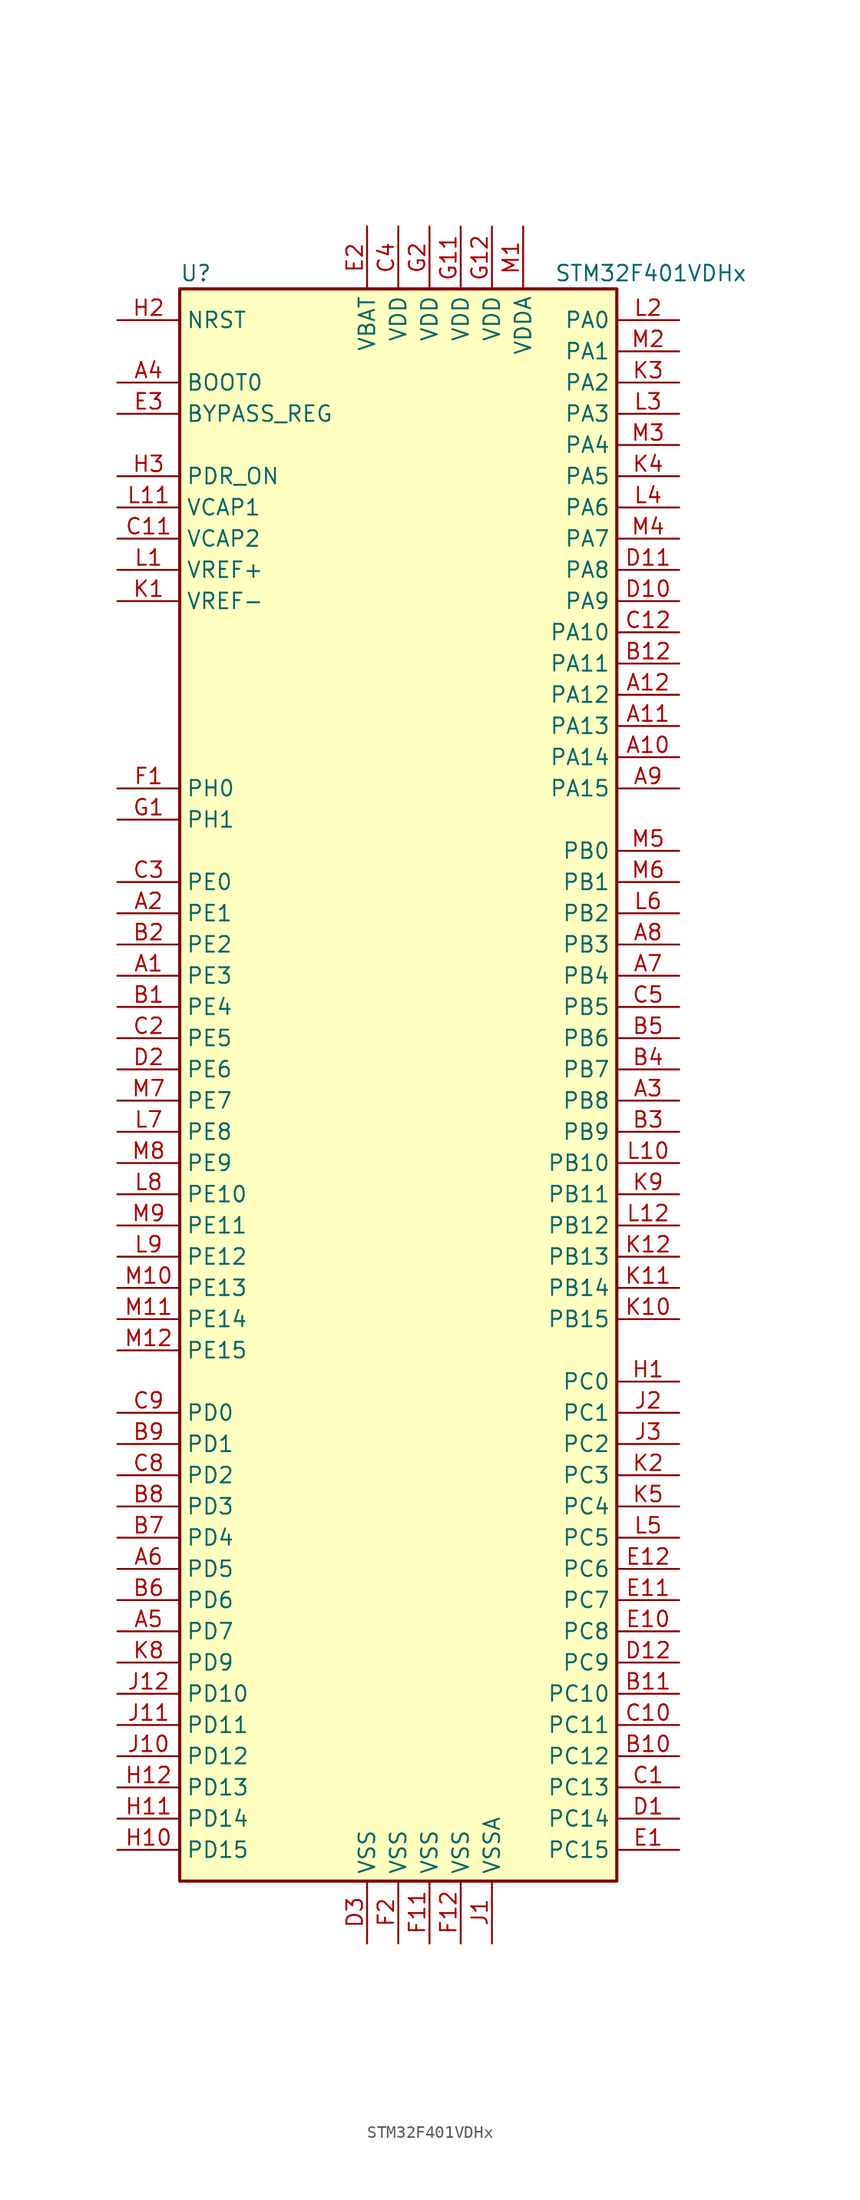
<source format=kicad_sym>
(kicad_symbol_lib
  (version 20201005)
  (generator kicad_symbol_editor)
  (symbol "MCU_ST_STM32F4:STM32F401VDHx"
    (property "Reference" "U"
      (at -17.78 64.77 0)
      (effects (font (size 1.27 1.27)) (justify left)))
    (property "Value" "STM32F401VDHx"
      (at 12.7 64.77 0)
      (effects (font (size 1.27 1.27)) (justify left)))
    (symbol "STM32F401VDHx_0_1"
      (rectangle (start -17.78 -66.04) (end 17.78 63.5) (stroke (width 0.254)) (fill (type background))))
    (symbol "STM32F401VDHx_1_1"
      (pin input line (at -22.86 55.88 0) (length 5.08) (name "BOOT0" (effects (font (size 1.27 1.27)))) (number "A4" (effects (font (size 1.27 1.27)))))
      (pin input line (at -22.86 53.34 0) (length 5.08) (name "BYPASS_REG" (effects (font (size 1.27 1.27)))) (number "E3" (effects (font (size 1.27 1.27)))))
      (pin input line (at -22.86 60.96 0) (length 5.08) (name "NRST" (effects (font (size 1.27 1.27)))) (number "H2" (effects (font (size 1.27 1.27)))))
      (pin bidirectional line (at 22.86 60.96 180) (length 5.08) (name "PA0" (effects (font (size 1.27 1.27)))) (number "L2" (effects (font (size 1.27 1.27)))))
      (pin bidirectional line (at 22.86 58.42 180) (length 5.08) (name "PA1" (effects (font (size 1.27 1.27)))) (number "M2" (effects (font (size 1.27 1.27)))))
      (pin bidirectional line (at 22.86 35.56 180) (length 5.08) (name "PA10" (effects (font (size 1.27 1.27)))) (number "C12" (effects (font (size 1.27 1.27)))))
      (pin bidirectional line (at 22.86 33.02 180) (length 5.08) (name "PA11" (effects (font (size 1.27 1.27)))) (number "B12" (effects (font (size 1.27 1.27)))))
      (pin bidirectional line (at 22.86 30.48 180) (length 5.08) (name "PA12" (effects (font (size 1.27 1.27)))) (number "A12" (effects (font (size 1.27 1.27)))))
      (pin bidirectional line (at 22.86 27.94 180) (length 5.08) (name "PA13" (effects (font (size 1.27 1.27)))) (number "A11" (effects (font (size 1.27 1.27)))))
      (pin bidirectional line (at 22.86 25.4 180) (length 5.08) (name "PA14" (effects (font (size 1.27 1.27)))) (number "A10" (effects (font (size 1.27 1.27)))))
      (pin bidirectional line (at 22.86 22.86 180) (length 5.08) (name "PA15" (effects (font (size 1.27 1.27)))) (number "A9" (effects (font (size 1.27 1.27)))))
      (pin bidirectional line (at 22.86 55.88 180) (length 5.08) (name "PA2" (effects (font (size 1.27 1.27)))) (number "K3" (effects (font (size 1.27 1.27)))))
      (pin bidirectional line (at 22.86 53.34 180) (length 5.08) (name "PA3" (effects (font (size 1.27 1.27)))) (number "L3" (effects (font (size 1.27 1.27)))))
      (pin bidirectional line (at 22.86 50.8 180) (length 5.08) (name "PA4" (effects (font (size 1.27 1.27)))) (number "M3" (effects (font (size 1.27 1.27)))))
      (pin bidirectional line (at 22.86 48.26 180) (length 5.08) (name "PA5" (effects (font (size 1.27 1.27)))) (number "K4" (effects (font (size 1.27 1.27)))))
      (pin bidirectional line (at 22.86 45.72 180) (length 5.08) (name "PA6" (effects (font (size 1.27 1.27)))) (number "L4" (effects (font (size 1.27 1.27)))))
      (pin bidirectional line (at 22.86 43.18 180) (length 5.08) (name "PA7" (effects (font (size 1.27 1.27)))) (number "M4" (effects (font (size 1.27 1.27)))))
      (pin bidirectional line (at 22.86 40.64 180) (length 5.08) (name "PA8" (effects (font (size 1.27 1.27)))) (number "D11" (effects (font (size 1.27 1.27)))))
      (pin bidirectional line (at 22.86 38.1 180) (length 5.08) (name "PA9" (effects (font (size 1.27 1.27)))) (number "D10" (effects (font (size 1.27 1.27)))))
      (pin bidirectional line (at 22.86 17.78 180) (length 5.08) (name "PB0" (effects (font (size 1.27 1.27)))) (number "M5" (effects (font (size 1.27 1.27)))))
      (pin bidirectional line (at 22.86 15.24 180) (length 5.08) (name "PB1" (effects (font (size 1.27 1.27)))) (number "M6" (effects (font (size 1.27 1.27)))))
      (pin bidirectional line (at 22.86 -7.62 180) (length 5.08) (name "PB10" (effects (font (size 1.27 1.27)))) (number "L10" (effects (font (size 1.27 1.27)))))
      (pin bidirectional line (at 22.86 -10.16 180) (length 5.08) (name "PB11" (effects (font (size 1.27 1.27)))) (number "K9" (effects (font (size 1.27 1.27)))))
      (pin bidirectional line (at 22.86 -12.7 180) (length 5.08) (name "PB12" (effects (font (size 1.27 1.27)))) (number "L12" (effects (font (size 1.27 1.27)))))
      (pin bidirectional line (at 22.86 -15.24 180) (length 5.08) (name "PB13" (effects (font (size 1.27 1.27)))) (number "K12" (effects (font (size 1.27 1.27)))))
      (pin bidirectional line (at 22.86 -17.78 180) (length 5.08) (name "PB14" (effects (font (size 1.27 1.27)))) (number "K11" (effects (font (size 1.27 1.27)))))
      (pin bidirectional line (at 22.86 -20.32 180) (length 5.08) (name "PB15" (effects (font (size 1.27 1.27)))) (number "K10" (effects (font (size 1.27 1.27)))))
      (pin bidirectional line (at 22.86 12.7 180) (length 5.08) (name "PB2" (effects (font (size 1.27 1.27)))) (number "L6" (effects (font (size 1.27 1.27)))))
      (pin bidirectional line (at 22.86 10.16 180) (length 5.08) (name "PB3" (effects (font (size 1.27 1.27)))) (number "A8" (effects (font (size 1.27 1.27)))))
      (pin bidirectional line (at 22.86 7.62 180) (length 5.08) (name "PB4" (effects (font (size 1.27 1.27)))) (number "A7" (effects (font (size 1.27 1.27)))))
      (pin bidirectional line (at 22.86 5.08 180) (length 5.08) (name "PB5" (effects (font (size 1.27 1.27)))) (number "C5" (effects (font (size 1.27 1.27)))))
      (pin bidirectional line (at 22.86 2.54 180) (length 5.08) (name "PB6" (effects (font (size 1.27 1.27)))) (number "B5" (effects (font (size 1.27 1.27)))))
      (pin bidirectional line (at 22.86 0 180) (length 5.08) (name "PB7" (effects (font (size 1.27 1.27)))) (number "B4" (effects (font (size 1.27 1.27)))))
      (pin bidirectional line (at 22.86 -2.54 180) (length 5.08) (name "PB8" (effects (font (size 1.27 1.27)))) (number "A3" (effects (font (size 1.27 1.27)))))
      (pin bidirectional line (at 22.86 -5.08 180) (length 5.08) (name "PB9" (effects (font (size 1.27 1.27)))) (number "B3" (effects (font (size 1.27 1.27)))))
      (pin bidirectional line (at 22.86 -25.4 180) (length 5.08) (name "PC0" (effects (font (size 1.27 1.27)))) (number "H1" (effects (font (size 1.27 1.27)))))
      (pin bidirectional line (at 22.86 -27.94 180) (length 5.08) (name "PC1" (effects (font (size 1.27 1.27)))) (number "J2" (effects (font (size 1.27 1.27)))))
      (pin bidirectional line (at 22.86 -50.8 180) (length 5.08) (name "PC10" (effects (font (size 1.27 1.27)))) (number "B11" (effects (font (size 1.27 1.27)))))
      (pin bidirectional line (at 22.86 -53.34 180) (length 5.08) (name "PC11" (effects (font (size 1.27 1.27)))) (number "C10" (effects (font (size 1.27 1.27)))))
      (pin bidirectional line (at 22.86 -55.88 180) (length 5.08) (name "PC12" (effects (font (size 1.27 1.27)))) (number "B10" (effects (font (size 1.27 1.27)))))
      (pin bidirectional line (at 22.86 -58.42 180) (length 5.08) (name "PC13" (effects (font (size 1.27 1.27)))) (number "C1" (effects (font (size 1.27 1.27)))))
      (pin bidirectional line (at 22.86 -60.96 180) (length 5.08) (name "PC14" (effects (font (size 1.27 1.27)))) (number "D1" (effects (font (size 1.27 1.27)))))
      (pin bidirectional line (at 22.86 -63.5 180) (length 5.08) (name "PC15" (effects (font (size 1.27 1.27)))) (number "E1" (effects (font (size 1.27 1.27)))))
      (pin bidirectional line (at 22.86 -30.48 180) (length 5.08) (name "PC2" (effects (font (size 1.27 1.27)))) (number "J3" (effects (font (size 1.27 1.27)))))
      (pin bidirectional line (at 22.86 -33.02 180) (length 5.08) (name "PC3" (effects (font (size 1.27 1.27)))) (number "K2" (effects (font (size 1.27 1.27)))))
      (pin bidirectional line (at 22.86 -35.56 180) (length 5.08) (name "PC4" (effects (font (size 1.27 1.27)))) (number "K5" (effects (font (size 1.27 1.27)))))
      (pin bidirectional line (at 22.86 -38.1 180) (length 5.08) (name "PC5" (effects (font (size 1.27 1.27)))) (number "L5" (effects (font (size 1.27 1.27)))))
      (pin bidirectional line (at 22.86 -40.64 180) (length 5.08) (name "PC6" (effects (font (size 1.27 1.27)))) (number "E12" (effects (font (size 1.27 1.27)))))
      (pin bidirectional line (at 22.86 -43.18 180) (length 5.08) (name "PC7" (effects (font (size 1.27 1.27)))) (number "E11" (effects (font (size 1.27 1.27)))))
      (pin bidirectional line (at 22.86 -45.72 180) (length 5.08) (name "PC8" (effects (font (size 1.27 1.27)))) (number "E10" (effects (font (size 1.27 1.27)))))
      (pin bidirectional line (at 22.86 -48.26 180) (length 5.08) (name "PC9" (effects (font (size 1.27 1.27)))) (number "D12" (effects (font (size 1.27 1.27)))))
      (pin bidirectional line (at -22.86 -27.94 0) (length 5.08) (name "PD0" (effects (font (size 1.27 1.27)))) (number "C9" (effects (font (size 1.27 1.27)))))
      (pin bidirectional line (at -22.86 -30.48 0) (length 5.08) (name "PD1" (effects (font (size 1.27 1.27)))) (number "B9" (effects (font (size 1.27 1.27)))))
      (pin bidirectional line (at -22.86 -50.8 0) (length 5.08) (name "PD10" (effects (font (size 1.27 1.27)))) (number "J12" (effects (font (size 1.27 1.27)))))
      (pin bidirectional line (at -22.86 -53.34 0) (length 5.08) (name "PD11" (effects (font (size 1.27 1.27)))) (number "J11" (effects (font (size 1.27 1.27)))))
      (pin bidirectional line (at -22.86 -55.88 0) (length 5.08) (name "PD12" (effects (font (size 1.27 1.27)))) (number "J10" (effects (font (size 1.27 1.27)))))
      (pin bidirectional line (at -22.86 -58.42 0) (length 5.08) (name "PD13" (effects (font (size 1.27 1.27)))) (number "H12" (effects (font (size 1.27 1.27)))))
      (pin bidirectional line (at -22.86 -60.96 0) (length 5.08) (name "PD14" (effects (font (size 1.27 1.27)))) (number "H11" (effects (font (size 1.27 1.27)))))
      (pin bidirectional line (at -22.86 -63.5 0) (length 5.08) (name "PD15" (effects (font (size 1.27 1.27)))) (number "H10" (effects (font (size 1.27 1.27)))))
      (pin bidirectional line (at -22.86 -33.02 0) (length 5.08) (name "PD2" (effects (font (size 1.27 1.27)))) (number "C8" (effects (font (size 1.27 1.27)))))
      (pin bidirectional line (at -22.86 -35.56 0) (length 5.08) (name "PD3" (effects (font (size 1.27 1.27)))) (number "B8" (effects (font (size 1.27 1.27)))))
      (pin bidirectional line (at -22.86 -38.1 0) (length 5.08) (name "PD4" (effects (font (size 1.27 1.27)))) (number "B7" (effects (font (size 1.27 1.27)))))
      (pin bidirectional line (at -22.86 -40.64 0) (length 5.08) (name "PD5" (effects (font (size 1.27 1.27)))) (number "A6" (effects (font (size 1.27 1.27)))))
      (pin bidirectional line (at -22.86 -43.18 0) (length 5.08) (name "PD6" (effects (font (size 1.27 1.27)))) (number "B6" (effects (font (size 1.27 1.27)))))
      (pin bidirectional line (at -22.86 -45.72 0) (length 5.08) (name "PD7" (effects (font (size 1.27 1.27)))) (number "A5" (effects (font (size 1.27 1.27)))))
      (pin bidirectional line (at -22.86 -48.26 0) (length 5.08) (name "PD9" (effects (font (size 1.27 1.27)))) (number "K8" (effects (font (size 1.27 1.27)))))
      (pin power_in line (at -22.86 48.26 0) (length 5.08) (name "PDR_ON" (effects (font (size 1.27 1.27)))) (number "H3" (effects (font (size 1.27 1.27)))))
      (pin bidirectional line (at -22.86 15.24 0) (length 5.08) (name "PE0" (effects (font (size 1.27 1.27)))) (number "C3" (effects (font (size 1.27 1.27)))))
      (pin bidirectional line (at -22.86 12.7 0) (length 5.08) (name "PE1" (effects (font (size 1.27 1.27)))) (number "A2" (effects (font (size 1.27 1.27)))))
      (pin bidirectional line (at -22.86 -10.16 0) (length 5.08) (name "PE10" (effects (font (size 1.27 1.27)))) (number "L8" (effects (font (size 1.27 1.27)))))
      (pin bidirectional line (at -22.86 -12.7 0) (length 5.08) (name "PE11" (effects (font (size 1.27 1.27)))) (number "M9" (effects (font (size 1.27 1.27)))))
      (pin bidirectional line (at -22.86 -15.24 0) (length 5.08) (name "PE12" (effects (font (size 1.27 1.27)))) (number "L9" (effects (font (size 1.27 1.27)))))
      (pin bidirectional line (at -22.86 -17.78 0) (length 5.08) (name "PE13" (effects (font (size 1.27 1.27)))) (number "M10" (effects (font (size 1.27 1.27)))))
      (pin bidirectional line (at -22.86 -20.32 0) (length 5.08) (name "PE14" (effects (font (size 1.27 1.27)))) (number "M11" (effects (font (size 1.27 1.27)))))
      (pin bidirectional line (at -22.86 -22.86 0) (length 5.08) (name "PE15" (effects (font (size 1.27 1.27)))) (number "M12" (effects (font (size 1.27 1.27)))))
      (pin bidirectional line (at -22.86 10.16 0) (length 5.08) (name "PE2" (effects (font (size 1.27 1.27)))) (number "B2" (effects (font (size 1.27 1.27)))))
      (pin bidirectional line (at -22.86 7.62 0) (length 5.08) (name "PE3" (effects (font (size 1.27 1.27)))) (number "A1" (effects (font (size 1.27 1.27)))))
      (pin bidirectional line (at -22.86 5.08 0) (length 5.08) (name "PE4" (effects (font (size 1.27 1.27)))) (number "B1" (effects (font (size 1.27 1.27)))))
      (pin bidirectional line (at -22.86 2.54 0) (length 5.08) (name "PE5" (effects (font (size 1.27 1.27)))) (number "C2" (effects (font (size 1.27 1.27)))))
      (pin bidirectional line (at -22.86 0 0) (length 5.08) (name "PE6" (effects (font (size 1.27 1.27)))) (number "D2" (effects (font (size 1.27 1.27)))))
      (pin bidirectional line (at -22.86 -2.54 0) (length 5.08) (name "PE7" (effects (font (size 1.27 1.27)))) (number "M7" (effects (font (size 1.27 1.27)))))
      (pin bidirectional line (at -22.86 -5.08 0) (length 5.08) (name "PE8" (effects (font (size 1.27 1.27)))) (number "L7" (effects (font (size 1.27 1.27)))))
      (pin bidirectional line (at -22.86 -7.62 0) (length 5.08) (name "PE9" (effects (font (size 1.27 1.27)))) (number "M8" (effects (font (size 1.27 1.27)))))
      (pin input line (at -22.86 22.86 0) (length 5.08) (name "PH0" (effects (font (size 1.27 1.27)))) (number "F1" (effects (font (size 1.27 1.27)))))
      (pin input line (at -22.86 20.32 0) (length 5.08) (name "PH1" (effects (font (size 1.27 1.27)))) (number "G1" (effects (font (size 1.27 1.27)))))
      (pin power_in line (at -2.54 68.58 270) (length 5.08) (name "VBAT" (effects (font (size 1.27 1.27)))) (number "E2" (effects (font (size 1.27 1.27)))))
      (pin power_in line (at -22.86 45.72 0) (length 5.08) (name "VCAP1" (effects (font (size 1.27 1.27)))) (number "L11" (effects (font (size 1.27 1.27)))))
      (pin power_in line (at -22.86 43.18 0) (length 5.08) (name "VCAP2" (effects (font (size 1.27 1.27)))) (number "C11" (effects (font (size 1.27 1.27)))))
      (pin power_in line (at 0 68.58 270) (length 5.08) (name "VDD" (effects (font (size 1.27 1.27)))) (number "C4" (effects (font (size 1.27 1.27)))))
      (pin power_in line (at 5.08 68.58 270) (length 5.08) (name "VDD" (effects (font (size 1.27 1.27)))) (number "G11" (effects (font (size 1.27 1.27)))))
      (pin power_in line (at 7.62 68.58 270) (length 5.08) (name "VDD" (effects (font (size 1.27 1.27)))) (number "G12" (effects (font (size 1.27 1.27)))))
      (pin power_in line (at 2.54 68.58 270) (length 5.08) (name "VDD" (effects (font (size 1.27 1.27)))) (number "G2" (effects (font (size 1.27 1.27)))))
      (pin power_in line (at 10.16 68.58 270) (length 5.08) (name "VDDA" (effects (font (size 1.27 1.27)))) (number "M1" (effects (font (size 1.27 1.27)))))
      (pin power_in line (at -22.86 40.64 0) (length 5.08) (name "VREF+" (effects (font (size 1.27 1.27)))) (number "L1" (effects (font (size 1.27 1.27)))))
      (pin power_in line (at -22.86 38.1 0) (length 5.08) (name "VREF-" (effects (font (size 1.27 1.27)))) (number "K1" (effects (font (size 1.27 1.27)))))
      (pin power_in line (at -2.54 -71.12 90) (length 5.08) (name "VSS" (effects (font (size 1.27 1.27)))) (number "D3" (effects (font (size 1.27 1.27)))))
      (pin power_in line (at 2.54 -71.12 90) (length 5.08) (name "VSS" (effects (font (size 1.27 1.27)))) (number "F11" (effects (font (size 1.27 1.27)))))
      (pin power_in line (at 5.08 -71.12 90) (length 5.08) (name "VSS" (effects (font (size 1.27 1.27)))) (number "F12" (effects (font (size 1.27 1.27)))))
      (pin power_in line (at 0 -71.12 90) (length 5.08) (name "VSS" (effects (font (size 1.27 1.27)))) (number "F2" (effects (font (size 1.27 1.27)))))
      (pin power_in line (at 7.62 -71.12 90) (length 5.08) (name "VSSA" (effects (font (size 1.27 1.27)))) (number "J1" (effects (font (size 1.27 1.27))))))))
</source>
